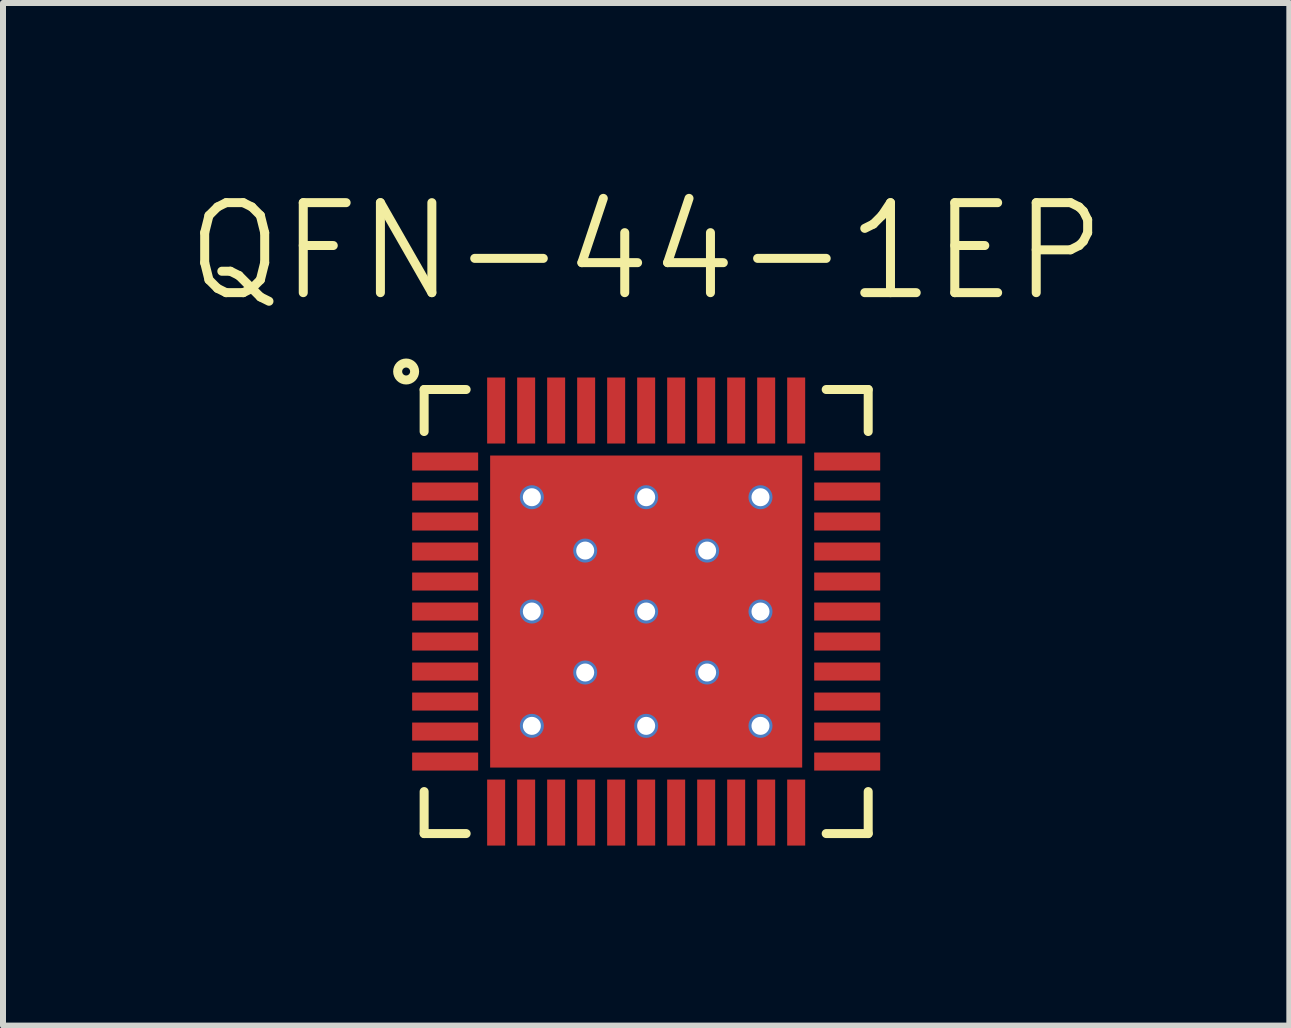
<source format=kicad_pcb>
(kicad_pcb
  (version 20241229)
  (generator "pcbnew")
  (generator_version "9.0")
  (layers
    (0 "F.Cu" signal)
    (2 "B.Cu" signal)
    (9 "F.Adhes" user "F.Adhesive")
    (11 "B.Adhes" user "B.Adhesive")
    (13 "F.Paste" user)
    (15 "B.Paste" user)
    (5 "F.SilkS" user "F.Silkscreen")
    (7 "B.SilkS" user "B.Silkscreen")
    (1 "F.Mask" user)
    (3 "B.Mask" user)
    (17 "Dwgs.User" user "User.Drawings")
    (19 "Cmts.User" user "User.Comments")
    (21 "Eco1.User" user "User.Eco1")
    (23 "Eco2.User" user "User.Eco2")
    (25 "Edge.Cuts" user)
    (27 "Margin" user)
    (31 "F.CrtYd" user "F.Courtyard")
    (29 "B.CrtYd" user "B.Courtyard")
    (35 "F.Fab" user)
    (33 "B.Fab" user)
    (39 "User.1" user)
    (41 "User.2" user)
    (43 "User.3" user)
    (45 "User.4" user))
  (footprint "QFN-44-1EP"
    (placed yes)
    (layer "F.Cu")
    (at 7.718 7.141)
    (property "Reference" "QFN-44-1EP" (at 0 -6 0) (layer "F.SilkS") (effects (font (size 1.5 1.5) (thickness 0.15))))
    (attr smd)
    (fp_line (start -3.7 -3.7) (end -3 -3.7) (stroke (width 0.15) (type solid)) (layer "F.SilkS"))
    (fp_line (start -3.7 -3) (end -3.7 -3.7) (stroke (width 0.15) (type solid)) (layer "F.SilkS"))
    (fp_line (start -3.7 3) (end -3.7 3.7) (stroke (width 0.15) (type solid)) (layer "F.SilkS"))
    (fp_line (start -3.7 3.7) (end -3 3.7) (stroke (width 0.15) (type solid)) (layer "F.SilkS"))
    (fp_line (start 3 -3.7) (end 3.7 -3.7) (stroke (width 0.15) (type solid)) (layer "F.SilkS"))
    (fp_line (start 3 3.7) (end 3.7 3.7) (stroke (width 0.15) (type solid)) (layer "F.SilkS"))
    (fp_line (start 3.7 -3.7) (end 3.7 -3) (stroke (width 0.15) (type solid)) (layer "F.SilkS"))
    (fp_line (start 3.7 3.7) (end 3.7 3) (stroke (width 0.15) (type solid)) (layer "F.SilkS"))
    (fp_circle (center -4 -4) (end -4.1 -4.1) (stroke (width 0.15) (type solid)) (fill no) (layer "F.SilkS"))
    (pad "1" smd rect (at -3.35 -2.5) (size 1.1 0.3) (layers "F.Cu" "F.Mask" "F.Paste"))
    (pad "2" smd rect (at -3.35 -2) (size 1.1 0.3) (layers "F.Cu" "F.Mask" "F.Paste"))
    (pad "3" smd rect (at -3.35 -1.5) (size 1.1 0.3) (layers "F.Cu" "F.Mask" "F.Paste"))
    (pad "4" smd rect (at -3.35 -1) (size 1.1 0.3) (layers "F.Cu" "F.Mask" "F.Paste"))
    (pad "5" smd rect (at -3.35 -0.5) (size 1.1 0.3) (layers "F.Cu" "F.Mask" "F.Paste"))
    (pad "6" smd rect (at -3.35 0) (size 1.1 0.3) (layers "F.Cu" "F.Mask" "F.Paste"))
    (pad "7" smd rect (at -3.35 0.5) (size 1.1 0.3) (layers "F.Cu" "F.Mask" "F.Paste"))
    (pad "8" smd rect (at -3.35 1) (size 1.1 0.3) (layers "F.Cu" "F.Mask" "F.Paste"))
    (pad "9" smd rect (at -3.35 1.5) (size 1.1 0.3) (layers "F.Cu" "F.Mask" "F.Paste"))
    (pad "10" smd rect (at -3.35 2) (size 1.1 0.3) (layers "F.Cu" "F.Mask" "F.Paste"))
    (pad "11" smd rect (at -3.35 2.5) (size 1.1 0.3) (layers "F.Cu" "F.Mask" "F.Paste"))
    (pad "12" smd rect (at -2.5 3.35) (size 0.3 1.1) (layers "F.Cu" "F.Mask" "F.Paste"))
    (pad "13" smd rect (at -2 3.35) (size 0.3 1.1) (layers "F.Cu" "F.Mask" "F.Paste"))
    (pad "14" smd rect (at -1.5 3.35) (size 0.3 1.1) (layers "F.Cu" "F.Mask" "F.Paste"))
    (pad "15" smd rect (at -1 3.35) (size 0.3 1.1) (layers "F.Cu" "F.Mask" "F.Paste"))
    (pad "16" smd rect (at -0.5 3.35) (size 0.3 1.1) (layers "F.Cu" "F.Mask" "F.Paste"))
    (pad "17" smd rect (at 0 3.35) (size 0.3 1.1) (layers "F.Cu" "F.Mask" "F.Paste"))
    (pad "18" smd rect (at 0.5 3.35) (size 0.3 1.1) (layers "F.Cu" "F.Mask" "F.Paste"))
    (pad "19" smd rect (at 1 3.35) (size 0.3 1.1) (layers "F.Cu" "F.Mask" "F.Paste"))
    (pad "20" smd rect (at 1.5 3.35) (size 0.3 1.1) (layers "F.Cu" "F.Mask" "F.Paste"))
    (pad "21" smd rect (at 2 3.35) (size 0.3 1.1) (layers "F.Cu" "F.Mask" "F.Paste"))
    (pad "22" smd rect (at 2.5 3.35) (size 0.3 1.1) (layers "F.Cu" "F.Mask" "F.Paste"))
    (pad "23" smd rect (at 3.35 2.5) (size 1.1 0.3) (layers "F.Cu" "F.Mask" "F.Paste"))
    (pad "24" smd rect (at 3.35 2) (size 1.1 0.3) (layers "F.Cu" "F.Mask" "F.Paste"))
    (pad "25" smd rect (at 3.35 1.5) (size 1.1 0.3) (layers "F.Cu" "F.Mask" "F.Paste"))
    (pad "26" smd rect (at 3.35 1) (size 1.1 0.3) (layers "F.Cu" "F.Mask" "F.Paste"))
    (pad "27" smd rect (at 3.35 0.5) (size 1.1 0.3) (layers "F.Cu" "F.Mask" "F.Paste"))
    (pad "28" smd rect (at 3.35 0) (size 1.1 0.3) (layers "F.Cu" "F.Mask" "F.Paste"))
    (pad "29" smd rect (at 3.35 -0.5) (size 1.1 0.3) (layers "F.Cu" "F.Mask" "F.Paste"))
    (pad "30" smd rect (at 3.35 -1) (size 1.1 0.3) (layers "F.Cu" "F.Mask" "F.Paste"))
    (pad "31" smd rect (at 3.35 -1.5) (size 1.1 0.3) (layers "F.Cu" "F.Mask" "F.Paste"))
    (pad "32" smd rect (at 3.35 -2) (size 1.1 0.3) (layers "F.Cu" "F.Mask" "F.Paste"))
    (pad "33" smd rect (at 3.35 -2.5) (size 1.1 0.3) (layers "F.Cu" "F.Mask" "F.Paste"))
    (pad "34" smd rect (at 2.5 -3.35) (size 0.3 1.1) (layers "F.Cu" "F.Mask" "F.Paste"))
    (pad "35" smd rect (at 2 -3.35) (size 0.3 1.1) (layers "F.Cu" "F.Mask" "F.Paste"))
    (pad "36" smd rect (at 1.5 -3.35) (size 0.3 1.1) (layers "F.Cu" "F.Mask" "F.Paste"))
    (pad "37" smd rect (at 1 -3.35) (size 0.3 1.1) (layers "F.Cu" "F.Mask" "F.Paste"))
    (pad "38" smd rect (at 0.5 -3.35) (size 0.3 1.1) (layers "F.Cu" "F.Mask" "F.Paste"))
    (pad "39" smd rect (at 0 -3.35) (size 0.3 1.1) (layers "F.Cu" "F.Mask" "F.Paste"))
    (pad "40" smd rect (at -0.5 -3.35) (size 0.3 1.1) (layers "F.Cu" "F.Mask" "F.Paste"))
    (pad "41" smd rect (at -1 -3.35) (size 0.3 1.1) (layers "F.Cu" "F.Mask" "F.Paste"))
    (pad "42" smd rect (at -1.5 -3.35) (size 0.3 1.1) (layers "F.Cu" "F.Mask" "F.Paste"))
    (pad "43" smd rect (at -2 -3.35) (size 0.3 1.1) (layers "F.Cu" "F.Mask" "F.Paste"))
    (pad "44" smd rect (at -2.5 -3.35) (size 0.3 1.1) (layers "F.Cu" "F.Mask" "F.Paste"))
    (pad "45" thru_hole circle (at -1.905 -1.905) (size 0.4 0.4) (drill 0.3) (layers "*.Cu"))
    (pad "45" thru_hole circle (at -1.905 0) (size 0.4 0.4) (drill 0.3) (layers "*.Cu"))
    (pad "45" thru_hole circle (at -1.905 1.905) (size 0.4 0.4) (drill 0.3) (layers "*.Cu"))
    (pad "45" thru_hole circle (at -1.016 -1.016) (size 0.4 0.4) (drill 0.3) (layers "*.Cu"))
    (pad "45" thru_hole circle (at -1.016 1.016) (size 0.4 0.4) (drill 0.3) (layers "*.Cu"))
    (pad "45" thru_hole circle (at 0 -1.905) (size 0.4 0.4) (drill 0.3) (layers "*.Cu"))
    (pad "45" thru_hole circle (at 0 0) (size 0.4 0.4) (drill 0.3) (layers "*.Cu"))
    (pad "45" smd rect (at 0 0) (size 5.2 5.2) (layers "F.Cu" "F.Mask" "F.Paste"))
    (pad "45" thru_hole circle (at 0 1.905) (size 0.4 0.4) (drill 0.3) (layers "*.Cu"))
    (pad "45" thru_hole circle (at 1.016 -1.016) (size 0.4 0.4) (drill 0.3) (layers "*.Cu"))
    (pad "45" thru_hole circle (at 1.016 1.016) (size 0.4 0.4) (drill 0.3) (layers "*.Cu"))
    (pad "45" thru_hole circle (at 1.905 -1.905) (size 0.4 0.4) (drill 0.3) (layers "*.Cu"))
    (pad "45" thru_hole circle (at 1.905 0) (size 0.4 0.4) (drill 0.3) (layers "*.Cu"))
    (pad "45" thru_hole circle (at 1.905 1.905) (size 0.4 0.4) (drill 0.3) (layers "*.Cu")))
  (gr_rect
    (start -3 -3)
    (end 18.436 14.041)
    (stroke (width 0.1) (type default))
    (fill no)
    (layer "Edge.Cuts")))
</source>
